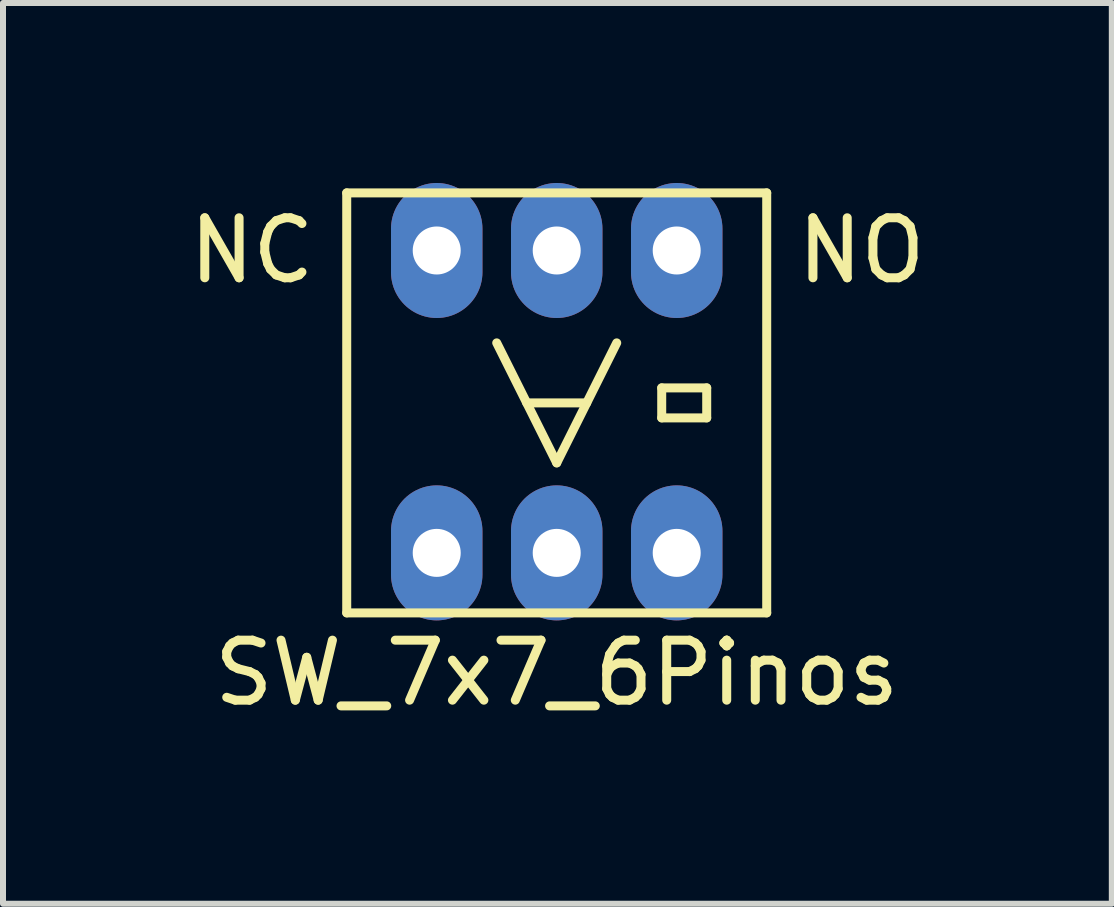
<source format=kicad_pcb>
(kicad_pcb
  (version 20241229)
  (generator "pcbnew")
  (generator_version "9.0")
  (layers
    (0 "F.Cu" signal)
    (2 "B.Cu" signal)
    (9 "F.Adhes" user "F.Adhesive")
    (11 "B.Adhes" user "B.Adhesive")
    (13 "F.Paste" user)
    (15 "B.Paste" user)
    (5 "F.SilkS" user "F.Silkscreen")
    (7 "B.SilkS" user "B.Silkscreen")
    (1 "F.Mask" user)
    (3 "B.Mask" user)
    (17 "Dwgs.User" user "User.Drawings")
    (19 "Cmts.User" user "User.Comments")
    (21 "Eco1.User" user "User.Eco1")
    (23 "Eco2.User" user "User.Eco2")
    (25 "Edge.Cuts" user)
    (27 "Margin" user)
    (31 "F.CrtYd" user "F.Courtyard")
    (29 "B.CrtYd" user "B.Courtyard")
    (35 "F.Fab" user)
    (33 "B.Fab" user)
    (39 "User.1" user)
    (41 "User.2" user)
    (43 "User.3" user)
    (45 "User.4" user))
  (footprint "SW_7x7_6Pinos"
    (layer "F.Cu")
    (at 6.229 3.665)
    (property "Reference" "SW_7x7_6Pinos" (at 0 4.5 0) (layer "F.SilkS") (effects (font (size 1 1) (thickness 0.15))))
    (attr through_hole)
    (fp_line (start -3.5 -3.5) (end -3.5 3.5) (stroke (width 0.15) (type solid)) (layer "F.SilkS"))
    (fp_line (start -3.5 3.5) (end 3.5 3.5) (stroke (width 0.15) (type solid)) (layer "F.SilkS"))
    (fp_line (start -1 -1) (end 0 1) (stroke (width 0.15) (type solid)) (layer "F.SilkS"))
    (fp_line (start 0 1) (end 1 -1) (stroke (width 0.15) (type solid)) (layer "F.SilkS"))
    (fp_line (start 0.5 0) (end -0.5 0) (stroke (width 0.15) (type solid)) (layer "F.SilkS"))
    (fp_line (start 1.75 -0.25) (end 2.5 -0.25) (stroke (width 0.15) (type solid)) (layer "F.SilkS"))
    (fp_line (start 1.75 0.25) (end 1.75 -0.25) (stroke (width 0.15) (type solid)) (layer "F.SilkS"))
    (fp_line (start 2.5 -0.25) (end 2.5 0.25) (stroke (width 0.15) (type solid)) (layer "F.SilkS"))
    (fp_line (start 2.5 0.25) (end 1.75 0.25) (stroke (width 0.15) (type solid)) (layer "F.SilkS"))
    (fp_line (start 3.5 -3.5) (end -3.5 -3.5) (stroke (width 0.15) (type solid)) (layer "F.SilkS"))
    (fp_line (start 3.5 3.5) (end 3.5 -3.5) (stroke (width 0.15) (type solid)) (layer "F.SilkS"))
    (fp_text user "NO" (at 5.08 -2.54 0) (layer "F.SilkS") (effects (font (size 1 1) (thickness 0.15))))
    (fp_text user "NC" (at -5.08 -2.54 0) (layer "F.SilkS") (effects (font (size 1 1) (thickness 0.15))))
    (pad "1" thru_hole oval (at -2 -2.54) (size 1.524 2.25) (drill 0.8) (layers "*.Cu" "*.Mask"))
    (pad "2" thru_hole oval (at 0 -2.54) (size 1.524 2.25) (drill 0.8) (layers "*.Cu" "*.Mask"))
    (pad "3" thru_hole oval (at 2 -2.54) (size 1.524 2.25) (drill 0.8) (layers "*.Cu" "*.Mask"))
    (pad "4" thru_hole oval (at -2 2.5) (size 1.524 2.25) (drill 0.8) (layers "*.Cu" "*.Mask"))
    (pad "5" thru_hole oval (at 0 2.5) (size 1.524 2.25) (drill 0.8) (layers "*.Cu" "*.Mask"))
    (pad "6" thru_hole oval (at 2 2.5) (size 1.524 2.25) (drill 0.8) (layers "*.Cu" "*.Mask")))
  (gr_rect
    (start -3 -3)
    (end 15.481 12.013)
    (stroke (width 0.1) (type default))
    (fill no)
    (layer "Edge.Cuts")))
</source>
